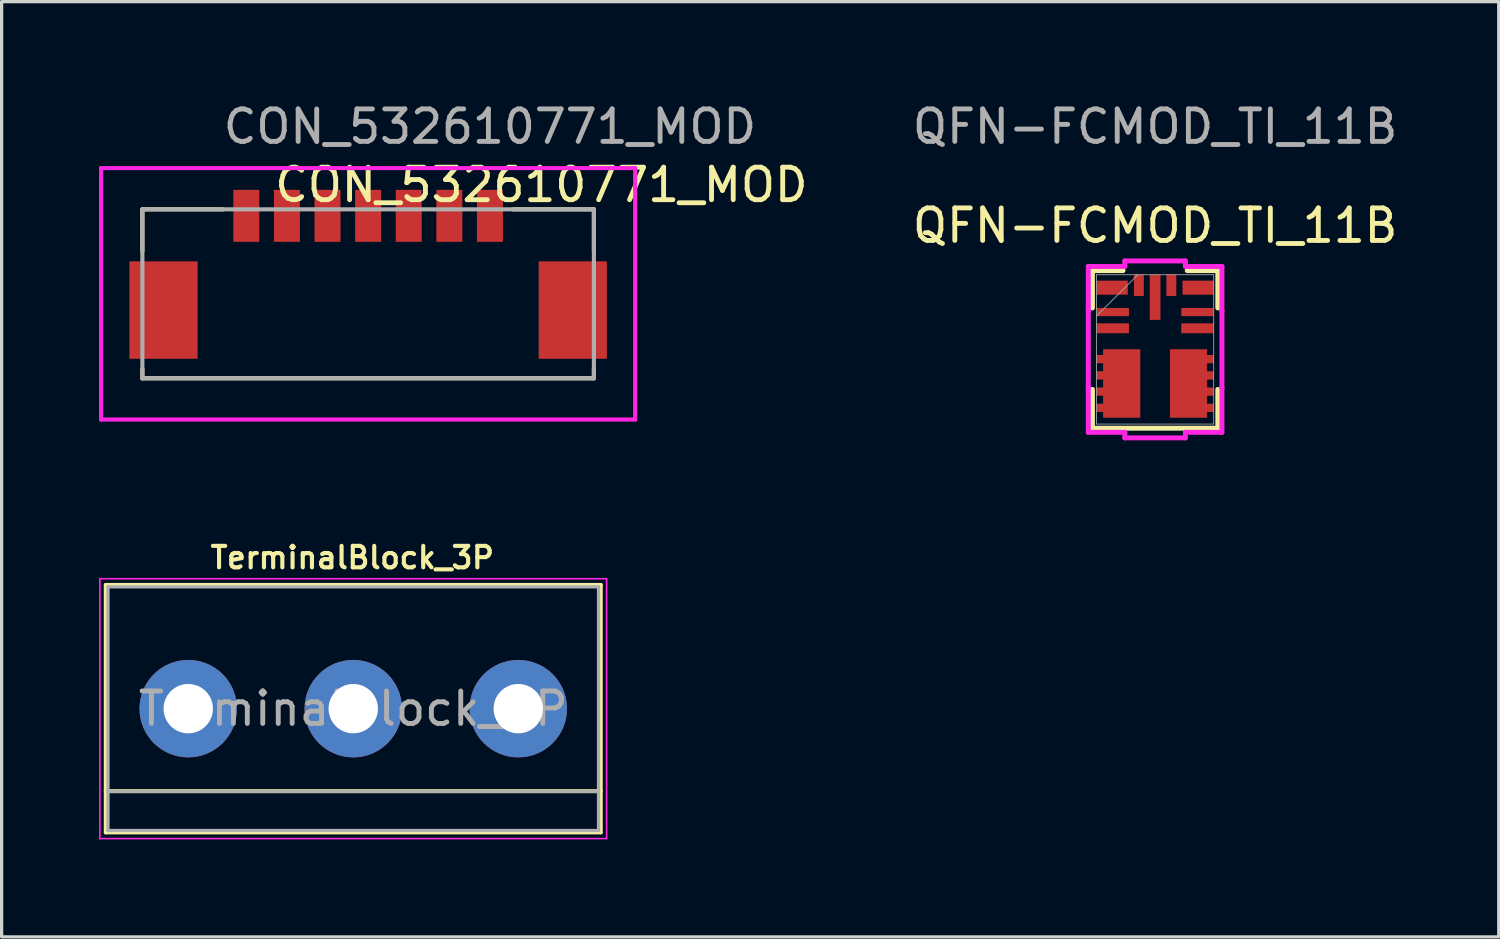
<source format=kicad_pcb>
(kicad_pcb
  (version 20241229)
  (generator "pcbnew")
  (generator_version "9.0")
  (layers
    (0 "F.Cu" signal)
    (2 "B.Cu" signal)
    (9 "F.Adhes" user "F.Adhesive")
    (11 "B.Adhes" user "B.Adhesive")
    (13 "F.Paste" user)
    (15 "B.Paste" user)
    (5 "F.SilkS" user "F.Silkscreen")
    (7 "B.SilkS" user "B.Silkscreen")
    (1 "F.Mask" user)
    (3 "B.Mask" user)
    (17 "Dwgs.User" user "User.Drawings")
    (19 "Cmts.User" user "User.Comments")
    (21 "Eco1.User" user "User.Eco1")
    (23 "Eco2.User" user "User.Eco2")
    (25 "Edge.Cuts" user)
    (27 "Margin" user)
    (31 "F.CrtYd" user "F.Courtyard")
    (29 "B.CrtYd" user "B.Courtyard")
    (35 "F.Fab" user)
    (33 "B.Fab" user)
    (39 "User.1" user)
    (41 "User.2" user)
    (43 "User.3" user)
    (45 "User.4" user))
  (footprint "QFN-FCMOD_TI_11B"
    (layer "F.Cu")
    (at 32.51 7.706)
    (property "Reference" "QFN-FCMOD_TI_11B" (at 0 -3.81 0) (unlocked yes) (layer "F.SilkS") (effects (font (size 1 1) (thickness 0.15))))
    (attr smd)
    (fp_line (start -1.93 -2.426) (end -1.93 -1.275) (stroke (width 0.152) (type solid)) (layer "F.SilkS"))
    (fp_line (start -1.93 1.232) (end -1.93 2.426) (stroke (width 0.152) (type solid)) (layer "F.SilkS"))
    (fp_line (start -1.93 2.426) (end 1.93 2.426) (stroke (width 0.152) (type solid)) (layer "F.SilkS"))
    (fp_line (start -0.988 -2.426) (end -1.93 -2.426) (stroke (width 0.152) (type solid)) (layer "F.SilkS"))
    (fp_line (start 1.93 -2.426) (end 0.988 -2.426) (stroke (width 0.152) (type solid)) (layer "F.SilkS"))
    (fp_line (start 1.93 -1.275) (end 1.93 -2.426) (stroke (width 0.152) (type solid)) (layer "F.SilkS"))
    (fp_line (start 1.93 2.426) (end 1.93 1.232) (stroke (width 0.152) (type solid)) (layer "F.SilkS"))
    (fp_line (start -2.057 -2.553) (end -0.932 -2.553) (stroke (width 0.152) (type solid)) (layer "F.CrtYd"))
    (fp_line (start -2.057 -1.182) (end -2.057 -2.553) (stroke (width 0.152) (type solid)) (layer "F.CrtYd"))
    (fp_line (start -2.057 -1.182) (end -2.057 -1.182) (stroke (width 0.152) (type solid)) (layer "F.CrtYd"))
    (fp_line (start -2.057 1.182) (end -2.057 -1.182) (stroke (width 0.152) (type solid)) (layer "F.CrtYd"))
    (fp_line (start -2.057 1.182) (end -2.057 1.182) (stroke (width 0.152) (type solid)) (layer "F.CrtYd"))
    (fp_line (start -2.057 2.553) (end -2.057 1.182) (stroke (width 0.152) (type solid)) (layer "F.CrtYd"))
    (fp_line (start -0.932 -2.724) (end 0.932 -2.724) (stroke (width 0.152) (type solid)) (layer "F.CrtYd"))
    (fp_line (start -0.932 -2.553) (end -0.932 -2.724) (stroke (width 0.152) (type solid)) (layer "F.CrtYd"))
    (fp_line (start -0.932 2.553) (end -2.057 2.553) (stroke (width 0.152) (type solid)) (layer "F.CrtYd"))
    (fp_line (start -0.932 2.724) (end -0.932 2.553) (stroke (width 0.152) (type solid)) (layer "F.CrtYd"))
    (fp_line (start 0.932 -2.724) (end 0.932 -2.553) (stroke (width 0.152) (type solid)) (layer "F.CrtYd"))
    (fp_line (start 0.932 -2.553) (end 2.057 -2.553) (stroke (width 0.152) (type solid)) (layer "F.CrtYd"))
    (fp_line (start 0.932 2.553) (end 0.932 2.724) (stroke (width 0.152) (type solid)) (layer "F.CrtYd"))
    (fp_line (start 0.932 2.724) (end -0.932 2.724) (stroke (width 0.152) (type solid)) (layer "F.CrtYd"))
    (fp_line (start 2.057 -2.553) (end 2.057 -1.182) (stroke (width 0.152) (type solid)) (layer "F.CrtYd"))
    (fp_line (start 2.057 -1.182) (end 2.057 -1.182) (stroke (width 0.152) (type solid)) (layer "F.CrtYd"))
    (fp_line (start 2.057 -1.182) (end 2.057 1.182) (stroke (width 0.152) (type solid)) (layer "F.CrtYd"))
    (fp_line (start 2.057 1.182) (end 2.057 1.182) (stroke (width 0.152) (type solid)) (layer "F.CrtYd"))
    (fp_line (start 2.057 1.182) (end 2.057 2.553) (stroke (width 0.152) (type solid)) (layer "F.CrtYd"))
    (fp_line (start 2.057 2.553) (end 0.932 2.553) (stroke (width 0.152) (type solid)) (layer "F.CrtYd"))
    (fp_line (start -1.803 -2.299) (end -1.803 2.299) (stroke (width 0.025) (type solid)) (layer "F.Fab"))
    (fp_line (start -1.803 -1.029) (end -0.533 -2.299) (stroke (width 0.025) (type solid)) (layer "F.Fab"))
    (fp_line (start -1.803 2.299) (end 1.803 2.299) (stroke (width 0.025) (type solid)) (layer "F.Fab"))
    (fp_line (start 1.803 -2.299) (end -1.803 -2.299) (stroke (width 0.025) (type solid)) (layer "F.Fab"))
    (fp_line (start 1.803 2.299) (end 1.803 -2.299) (stroke (width 0.025) (type solid)) (layer "F.Fab"))
    (fp_text user "${REFERENCE}" (at 0 -6.858 0) (unlocked yes) (layer "F.Fab") (effects (font (size 1 1) (thickness 0.15))))
    (pad "1" smd rect (at -1.325 -1.9) (size 0.965 0.432) (layers "F.Cu" "F.Mask" "F.Paste"))
    (pad "2" smd rect (at -1.3 -1.15) (size 0.991 0.254) (layers "F.Cu" "F.Mask" "F.Paste"))
    (pad "3" smd rect (at -1.3 -0.65) (size 0.991 0.305) (layers "F.Cu" "F.Mask" "F.Paste"))
    (pad "4" smd custom (at -1.029 1.05) (size 1.143 2.108) (layers "F.Cu" "F.Mask" "F.Paste") (options (anchor rect)) (primitives (gr_poly (pts (xy 0.572 1.054) (xy -0.572 1.054) (xy -0.571 0.877) (xy -0.775 0.877) (xy -0.775 0.623) (xy -0.571 0.623) (xy -0.571 0.377) (xy -0.775 0.377) (xy -0.775 0.123) (xy -0.571 0.123) (xy -0.571 -0.123) (xy -0.775 -0.123) (xy -0.775 -0.377) (xy -0.571 -0.377) (xy -0.571 -0.623) (xy -0.775 -0.623) (xy -0.775 -0.877) (xy -0.571 -0.877) (xy -0.572 -1.054) (xy 0.572 -1.054)) (width 0) (fill yes))))
    (pad "5" smd custom (at 1.029 1.05) (size 1.143 2.108) (layers "F.Cu" "F.Mask" "F.Paste") (options (anchor rect)) (primitives (gr_poly (pts (xy -0.572 1.054) (xy -0.572 -1.054) (xy 0.572 -1.054) (xy 0.571 -0.877) (xy 0.775 -0.877) (xy 0.775 -0.623) (xy 0.571 -0.623) (xy 0.571 -0.377) (xy 0.775 -0.377) (xy 0.775 -0.123) (xy 0.571 -0.123) (xy 0.571 0.123) (xy 0.775 0.123) (xy 0.775 0.377) (xy 0.571 0.377) (xy 0.571 0.623) (xy 0.775 0.623) (xy 0.775 0.877) (xy 0.571 0.877) (xy 0.572 1.054)) (width 0) (fill yes))))
    (pad "6" smd rect (at 1.3 -0.65) (size 0.991 0.305) (layers "F.Cu" "F.Mask" "F.Paste"))
    (pad "7" smd rect (at 1.3 -1.15) (size 0.991 0.254) (layers "F.Cu" "F.Mask" "F.Paste"))
    (pad "8" smd rect (at 1.325 -1.9) (size 0.965 0.432) (layers "F.Cu" "F.Mask" "F.Paste"))
    (pad "9" smd rect (at 0.5 -1.975 90) (size 0.66 0.305) (layers "F.Cu" "F.Mask" "F.Paste"))
    (pad "10" smd rect (at 0 -1.607 90) (size 1.397 0.33) (layers "F.Cu" "F.Mask" "F.Paste"))
    (pad "11" smd rect (at -0.5 -1.975 90) (size 0.66 0.305) (layers "F.Cu" "F.Mask" "F.Paste")))
  (footprint "CON_532610771_MOD"
    (layer "F.Cu")
    (at 8.283 6.004)
    (property "Reference" "CON_532610771_MOD" (at 5.334 -3.362 0) (unlocked yes) (layer "F.SilkS") (effects (font (size 1 1) (thickness 0.15))))
    (attr smd)
    (fp_line (start -6.95 -2.609) (end -6.95 -1.329) (stroke (width 0.127) (type solid)) (layer "F.SilkS"))
    (fp_line (start -6.95 2.311) (end -6.95 2.591) (stroke (width 0.127) (type solid)) (layer "F.SilkS"))
    (fp_line (start -6.95 2.591) (end 6.95 2.591) (stroke (width 0.127) (type solid)) (layer "F.SilkS"))
    (fp_line (start -4.47 -2.609) (end -6.95 -2.609) (stroke (width 0.127) (type solid)) (layer "F.SilkS"))
    (fp_line (start 6.95 -2.609) (end 4.47 -2.609) (stroke (width 0.127) (type solid)) (layer "F.SilkS"))
    (fp_line (start 6.95 -1.329) (end 6.95 -2.609) (stroke (width 0.127) (type solid)) (layer "F.SilkS"))
    (fp_line (start 6.95 2.591) (end 6.95 2.311) (stroke (width 0.127) (type solid)) (layer "F.SilkS"))
    (fp_line (start -8.22 -3.879) (end -8.22 3.861) (stroke (width 0.127) (type solid)) (layer "F.CrtYd"))
    (fp_line (start -8.22 3.861) (end 8.22 3.861) (stroke (width 0.127) (type solid)) (layer "F.CrtYd"))
    (fp_line (start 8.22 -3.879) (end -8.22 -3.879) (stroke (width 0.127) (type solid)) (layer "F.CrtYd"))
    (fp_line (start 8.22 3.861) (end 8.22 -3.879) (stroke (width 0.127) (type solid)) (layer "F.CrtYd"))
    (fp_line (start -6.95 -2.609) (end -6.95 2.591) (stroke (width 0.127) (type solid)) (layer "F.Fab"))
    (fp_line (start -6.95 2.591) (end 6.95 2.591) (stroke (width 0.127) (type solid)) (layer "F.Fab"))
    (fp_line (start 6.95 -2.609) (end -6.95 -2.609) (stroke (width 0.127) (type solid)) (layer "F.Fab"))
    (fp_line (start 6.95 2.591) (end 6.95 -2.609) (stroke (width 0.127) (type solid)) (layer "F.Fab"))
    (fp_text user "${REFERENCE}" (at 3.75 -5.156 0) (unlocked yes) (layer "F.Fab") (effects (font (size 1 1) (thickness 0.15))))
    (pad "1" smd rect (at -3.75 -2.409) (size 0.8 1.6) (layers "F.Cu" "F.Mask" "F.Paste"))
    (pad "2" smd rect (at -2.5 -2.409) (size 0.8 1.6) (layers "F.Cu" "F.Mask" "F.Paste"))
    (pad "3" smd rect (at -1.25 -2.409) (size 0.8 1.6) (layers "F.Cu" "F.Mask" "F.Paste"))
    (pad "4" smd rect (at 0 -2.409) (size 0.8 1.6) (layers "F.Cu" "F.Mask" "F.Paste"))
    (pad "5" smd rect (at 1.25 -2.409) (size 0.8 1.6) (layers "F.Cu" "F.Mask" "F.Paste"))
    (pad "6" smd rect (at 2.5 -2.409) (size 0.8 1.6) (layers "F.Cu" "F.Mask" "F.Paste"))
    (pad "7" smd rect (at 3.75 -2.409) (size 0.8 1.6) (layers "F.Cu" "F.Mask" "F.Paste"))
    (pad "8" smd rect (at -6.3 0.491) (size 2.1 3) (layers "F.Cu" "F.Mask" "F.Paste"))
    (pad "9" smd rect (at 6.3 0.491) (size 2.1 3) (layers "F.Cu" "F.Mask" "F.Paste")))
  (footprint "TerminalBlock_3P"
    (layer "F.Cu")
    (at 2.745 18.766)
    (property "Reference" "TerminalBlock_3P" (at 5.05 -4.65 0) (layer "F.SilkS") (effects (font (size 0.66 0.66) (thickness 0.127))))
    (attr through_hole)
    (fp_line (start -2.54 -3.81) (end 12.7 -3.81) (stroke (width 0.12) (type solid)) (layer "F.SilkS"))
    (fp_line (start -2.54 2.54) (end 12.7 2.54) (stroke (width 0.12) (type solid)) (layer "F.SilkS"))
    (fp_line (start -2.54 3.81) (end -2.54 -3.81) (stroke (width 0.12) (type solid)) (layer "F.SilkS"))
    (fp_line (start -2.54 3.81) (end 12.7 3.81) (stroke (width 0.12) (type solid)) (layer "F.SilkS"))
    (fp_line (start 12.7 3.81) (end 12.7 -3.81) (stroke (width 0.12) (type solid)) (layer "F.SilkS"))
    (fp_line (start -2.72 -4) (end -2.72 4) (stroke (width 0.05) (type solid)) (layer "F.CrtYd"))
    (fp_line (start -2.72 -4) (end 12.88 -4) (stroke (width 0.05) (type solid)) (layer "F.CrtYd"))
    (fp_line (start 12.88 4) (end -2.72 4) (stroke (width 0.05) (type solid)) (layer "F.CrtYd"))
    (fp_line (start 12.88 4) (end 12.88 -4) (stroke (width 0.05) (type solid)) (layer "F.CrtYd"))
    (fp_line (start -2.47 -3.75) (end 12.63 -3.75) (stroke (width 0.1) (type solid)) (layer "F.Fab"))
    (fp_line (start -2.47 2.55) (end 12.63 2.55) (stroke (width 0.1) (type solid)) (layer "F.Fab"))
    (fp_line (start -2.47 3.75) (end -2.47 -3.75) (stroke (width 0.1) (type solid)) (layer "F.Fab"))
    (fp_line (start 12.63 -3.75) (end 12.63 3.75) (stroke (width 0.1) (type solid)) (layer "F.Fab"))
    (fp_line (start 12.63 3.75) (end -2.47 3.75) (stroke (width 0.1) (type solid)) (layer "F.Fab"))
    (fp_text user "${REFERENCE}" (at 5.08 0 0) (layer "F.Fab") (effects (font (size 1 1) (thickness 0.15))))
    (pad "1" thru_hole circle (at 0 0) (size 3 3) (drill 1.52) (layers "*.Cu" "*.Mask"))
    (pad "2" thru_hole circle (at 5.08 0) (size 3 3) (drill 1.52) (layers "*.Cu" "*.Mask"))
    (pad "3" thru_hole circle (at 10.16 0) (size 3 3) (drill 1.52) (layers "*.Cu" "*.Mask")))
  (gr_rect
    (start -3 -3)
    (end 43.088 25.791)
    (stroke (width 0.1) (type default))
    (fill no)
    (layer "Edge.Cuts")))
</source>
